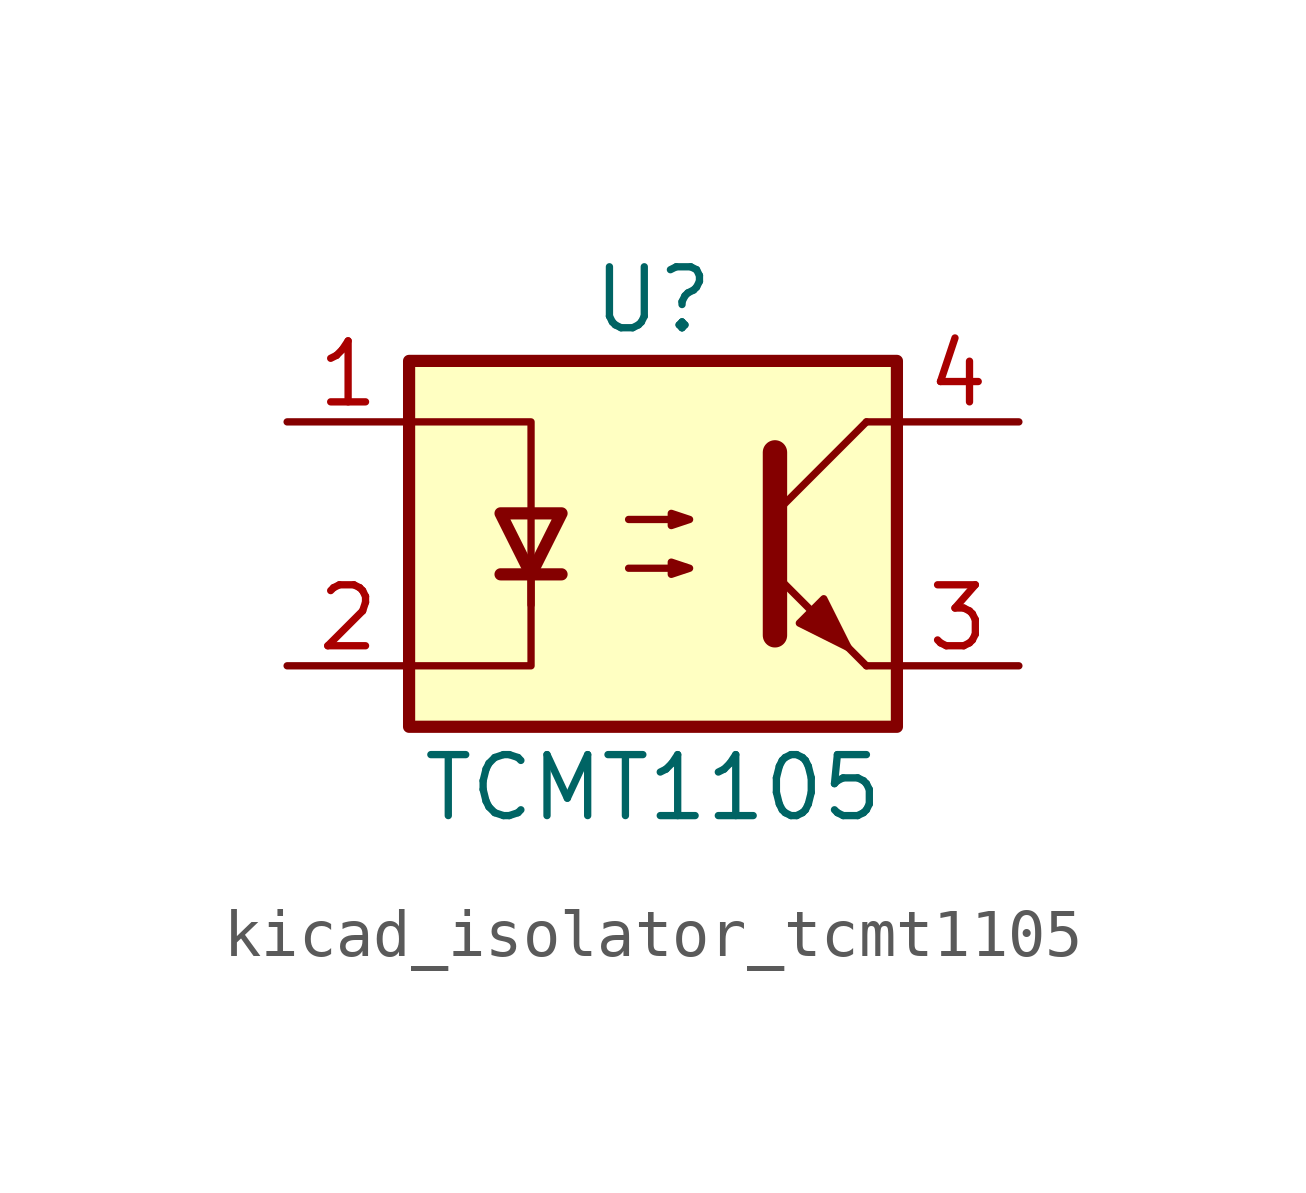
<source format=kicad_sym>
(kicad_symbol_lib
  (version 20220914)
  (generator kicad_symbol_editor)
  (symbol "kicad_isolator_tcmt1105"
    (pin_names
      (offset 1.016))
    (property "Reference" "U"
      (at 0 5.08 0)
      (effects (font (size 1.27 1.27))))
    (property "Value" "TCMT1105"
      (at 0 -5.08 0)
      (effects (font (size 1.27 1.27))))
    (symbol "kicad_isolator_tcmt1105_1_1"
      (rectangle (start -5.08 3.81) (end 5.08 -3.81) (stroke (width 0.254) (type default)) (fill (type background)))
      (polyline (pts (xy -3.175 -0.635) (xy -1.905 -0.635)) (stroke (width 0.254) (type default)) (fill (type none)))
      (polyline (pts (xy 2.54 0.635) (xy 4.445 2.54)) (stroke (width 0) (type default)) (fill (type none)))
      (polyline (pts (xy 4.445 -2.54) (xy 2.54 -0.635)) (stroke (width 0) (type default)) (fill (type outline)))
      (polyline (pts (xy 4.445 -2.54) (xy 5.08 -2.54)) (stroke (width 0) (type default)) (fill (type none)))
      (polyline (pts (xy 4.445 2.54) (xy 5.08 2.54)) (stroke (width 0) (type default)) (fill (type none)))
      (polyline (pts (xy -2.54 -0.635) (xy -2.54 -2.54) (xy -5.08 -2.54)) (stroke (width 0) (type default)) (fill (type none)))
      (polyline (pts (xy 2.54 1.905) (xy 2.54 -1.905) (xy 2.54 -1.905)) (stroke (width 0.508) (type default)) (fill (type none)))
      (polyline (pts (xy -5.08 2.54) (xy -2.54 2.54) (xy -2.54 -1.27) (xy -2.54 0.635)) (stroke (width 0) (type default)) (fill (type none)))
      (polyline (pts (xy -2.54 -0.635) (xy -3.175 0.635) (xy -1.905 0.635) (xy -2.54 -0.635)) (stroke (width 0.254) (type default)) (fill (type none)))
      (polyline (pts (xy -0.508 -0.508) (xy 0.762 -0.508) (xy 0.381 -0.635) (xy 0.381 -0.381) (xy 0.762 -0.508)) (stroke (width 0) (type default)) (fill (type none)))
      (polyline (pts (xy -0.508 0.508) (xy 0.762 0.508) (xy 0.381 0.381) (xy 0.381 0.635) (xy 0.762 0.508)) (stroke (width 0) (type default)) (fill (type none)))
      (polyline (pts (xy 3.048 -1.651) (xy 3.556 -1.143) (xy 4.064 -2.159) (xy 3.048 -1.651) (xy 3.048 -1.651)) (stroke (width 0) (type default)) (fill (type outline)))
      (pin passive line (at -7.62 2.54 0) (length 2.54) (name "~" (effects (font (size 1.27 1.27)))) (number "1" (effects (font (size 1.27 1.27)))))
      (pin passive line (at -7.62 -2.54 0) (length 2.54) (name "~" (effects (font (size 1.27 1.27)))) (number "2" (effects (font (size 1.27 1.27)))))
      (pin passive line (at 7.62 -2.54 180) (length 2.54) (name "~" (effects (font (size 1.27 1.27)))) (number "3" (effects (font (size 1.27 1.27)))))
      (pin passive line (at 7.62 2.54 180) (length 2.54) (name "~" (effects (font (size 1.27 1.27)))) (number "4" (effects (font (size 1.27 1.27))))))))
</source>
